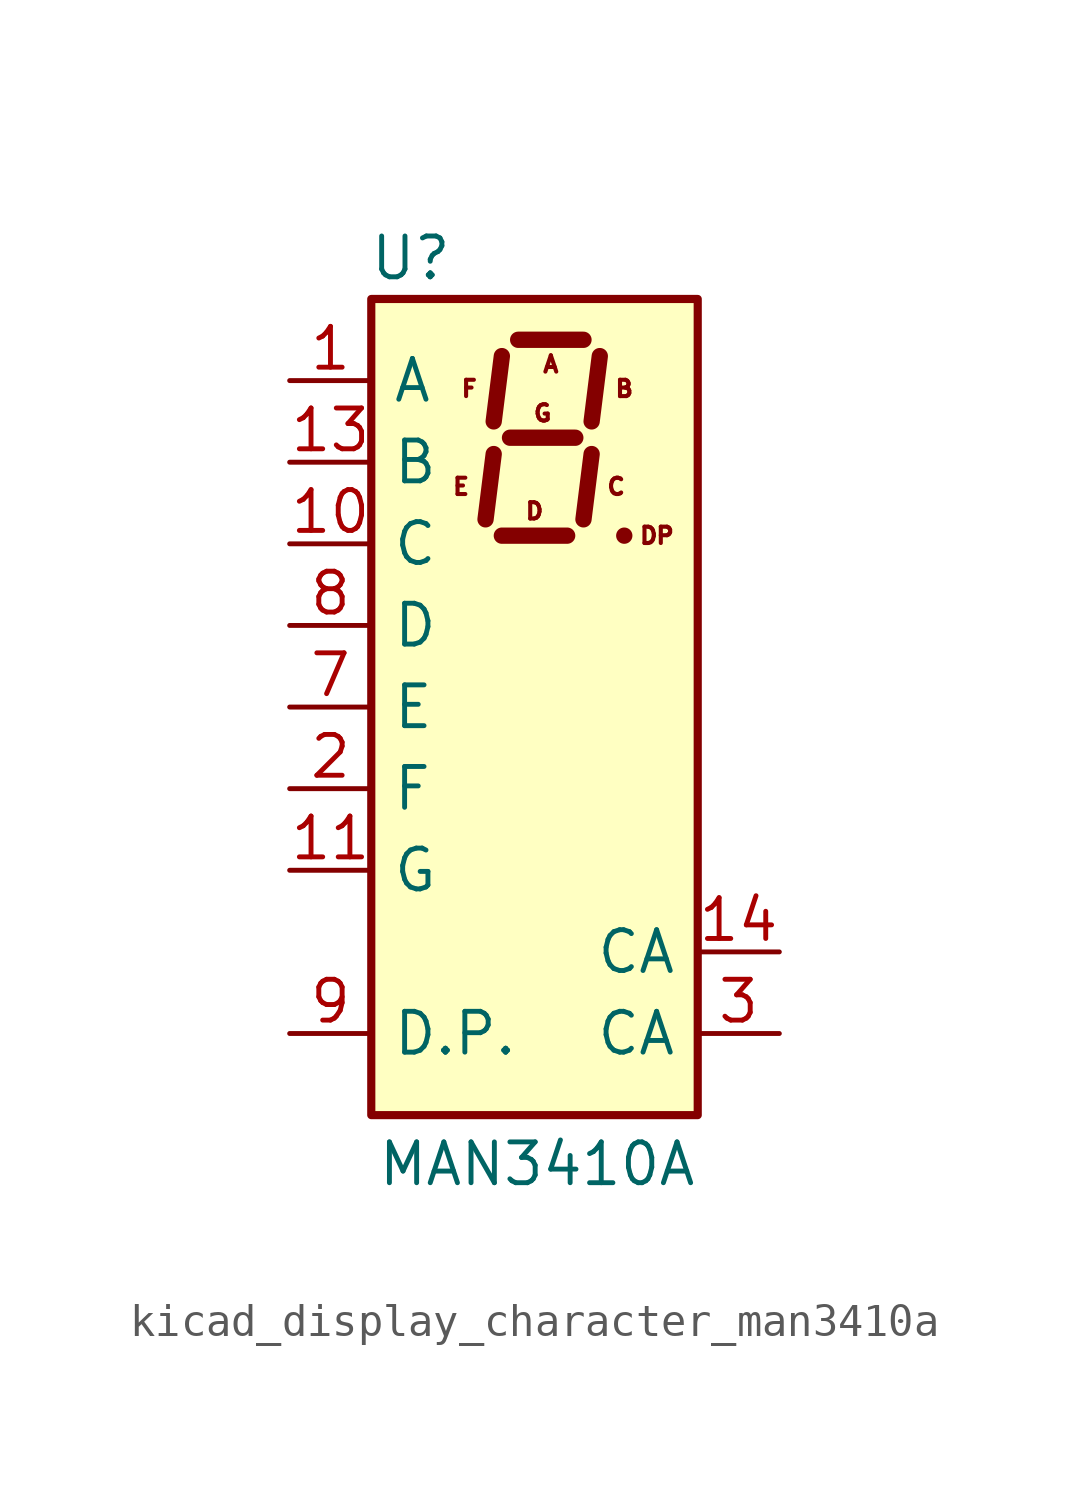
<source format=kicad_sym>
(kicad_symbol_lib
  (version 20220914)
  (generator kicad_symbol_editor)
  (symbol "kicad_display_character_man3410a"
    (pin_names
      (offset 0.635))
    (property "Reference" "U"
      (at -2.54 13.97 0)
      (effects (font (size 1.27 1.27)) (justify right)))
    (property "Value" "MAN3410A"
      (at 5.08 -14.224 0)
      (effects (font (size 1.27 1.27)) (justify right)))
    (symbol "kicad_display_character_man3410a_0_0"
      (text "A" (at 0.508 10.668 0) (effects (font (size 0.508 0.508))))
      (text "B" (at 2.794 9.906 0) (effects (font (size 0.508 0.508))))
      (text "C" (at 2.54 6.858 0) (effects (font (size 0.508 0.508))))
      (text "D" (at 0 6.096 0) (effects (font (size 0.508 0.508))))
      (text "DP" (at 3.81 5.334 0) (effects (font (size 0.508 0.508))))
      (text "E" (at -2.286 6.858 0) (effects (font (size 0.508 0.508))))
      (text "F" (at -2.032 9.906 0) (effects (font (size 0.508 0.508))))
      (text "G" (at 0.254 9.144 0) (effects (font (size 0.508 0.508)))))
    (symbol "kicad_display_character_man3410a_0_1"
      (rectangle (start -5.08 12.7) (end 5.08 -12.7) (stroke (width 0.254) (type default)) (fill (type background)))
      (polyline (pts (xy -1.27 7.874) (xy -1.524 5.842)) (stroke (width 0.508) (type default)) (fill (type none)))
      (polyline (pts (xy -1.016 5.334) (xy 1.016 5.334)) (stroke (width 0.508) (type default)) (fill (type none)))
      (polyline (pts (xy -1.016 10.922) (xy -1.27 8.89)) (stroke (width 0.508) (type default)) (fill (type none)))
      (polyline (pts (xy -0.762 8.382) (xy 1.27 8.382)) (stroke (width 0.508) (type default)) (fill (type none)))
      (polyline (pts (xy -0.508 11.43) (xy 1.524 11.43)) (stroke (width 0.508) (type default)) (fill (type none)))
      (polyline (pts (xy 1.778 7.874) (xy 1.524 5.842)) (stroke (width 0.508) (type default)) (fill (type none)))
      (polyline (pts (xy 2.032 10.922) (xy 1.778 8.89)) (stroke (width 0.508) (type default)) (fill (type none)))
      (polyline (pts (xy 2.794 5.334) (xy 2.794 5.334)) (stroke (width 0.508) (type default)) (fill (type none))))
    (symbol "kicad_display_character_man3410a_1_1"
      (pin input line (at -7.62 10.16 0) (length 2.54) (name "A" (effects (font (size 1.27 1.27)))) (number "1" (effects (font (size 1.27 1.27)))))
      (pin input line (at -7.62 5.08 0) (length 2.54) (name "C" (effects (font (size 1.27 1.27)))) (number "10" (effects (font (size 1.27 1.27)))))
      (pin input line (at -7.62 -5.08 0) (length 2.54) (name "G" (effects (font (size 1.27 1.27)))) (number "11" (effects (font (size 1.27 1.27)))))
      (pin no_connect line (at 5.08 -5.08 180) (length 2.54) hide (name "NC" (effects (font (size 1.27 1.27)))) (number "12" (effects (font (size 1.27 1.27)))))
      (pin input line (at -7.62 7.62 0) (length 2.54) (name "B" (effects (font (size 1.27 1.27)))) (number "13" (effects (font (size 1.27 1.27)))))
      (pin input line (at 7.62 -7.62 180) (length 2.54) (name "CA" (effects (font (size 1.27 1.27)))) (number "14" (effects (font (size 1.27 1.27)))))
      (pin input line (at -7.62 -2.54 0) (length 2.54) (name "F" (effects (font (size 1.27 1.27)))) (number "2" (effects (font (size 1.27 1.27)))))
      (pin input line (at 7.62 -10.16 180) (length 2.54) (name "CA" (effects (font (size 1.27 1.27)))) (number "3" (effects (font (size 1.27 1.27)))))
      (pin no_connect line (at 5.08 2.54 180) (length 2.54) hide (name "NC" (effects (font (size 1.27 1.27)))) (number "4" (effects (font (size 1.27 1.27)))))
      (pin no_connect line (at 5.08 0 180) (length 2.54) hide (name "NC" (effects (font (size 1.27 1.27)))) (number "5" (effects (font (size 1.27 1.27)))))
      (pin no_connect line (at 5.08 -2.54 180) (length 2.54) hide (name "NC" (effects (font (size 1.27 1.27)))) (number "6" (effects (font (size 1.27 1.27)))))
      (pin input line (at -7.62 0 0) (length 2.54) (name "E" (effects (font (size 1.27 1.27)))) (number "7" (effects (font (size 1.27 1.27)))))
      (pin input line (at -7.62 2.54 0) (length 2.54) (name "D" (effects (font (size 1.27 1.27)))) (number "8" (effects (font (size 1.27 1.27)))))
      (pin input line (at -7.62 -10.16 0) (length 2.54) (name "D.P." (effects (font (size 1.27 1.27)))) (number "9" (effects (font (size 1.27 1.27))))))))
</source>
